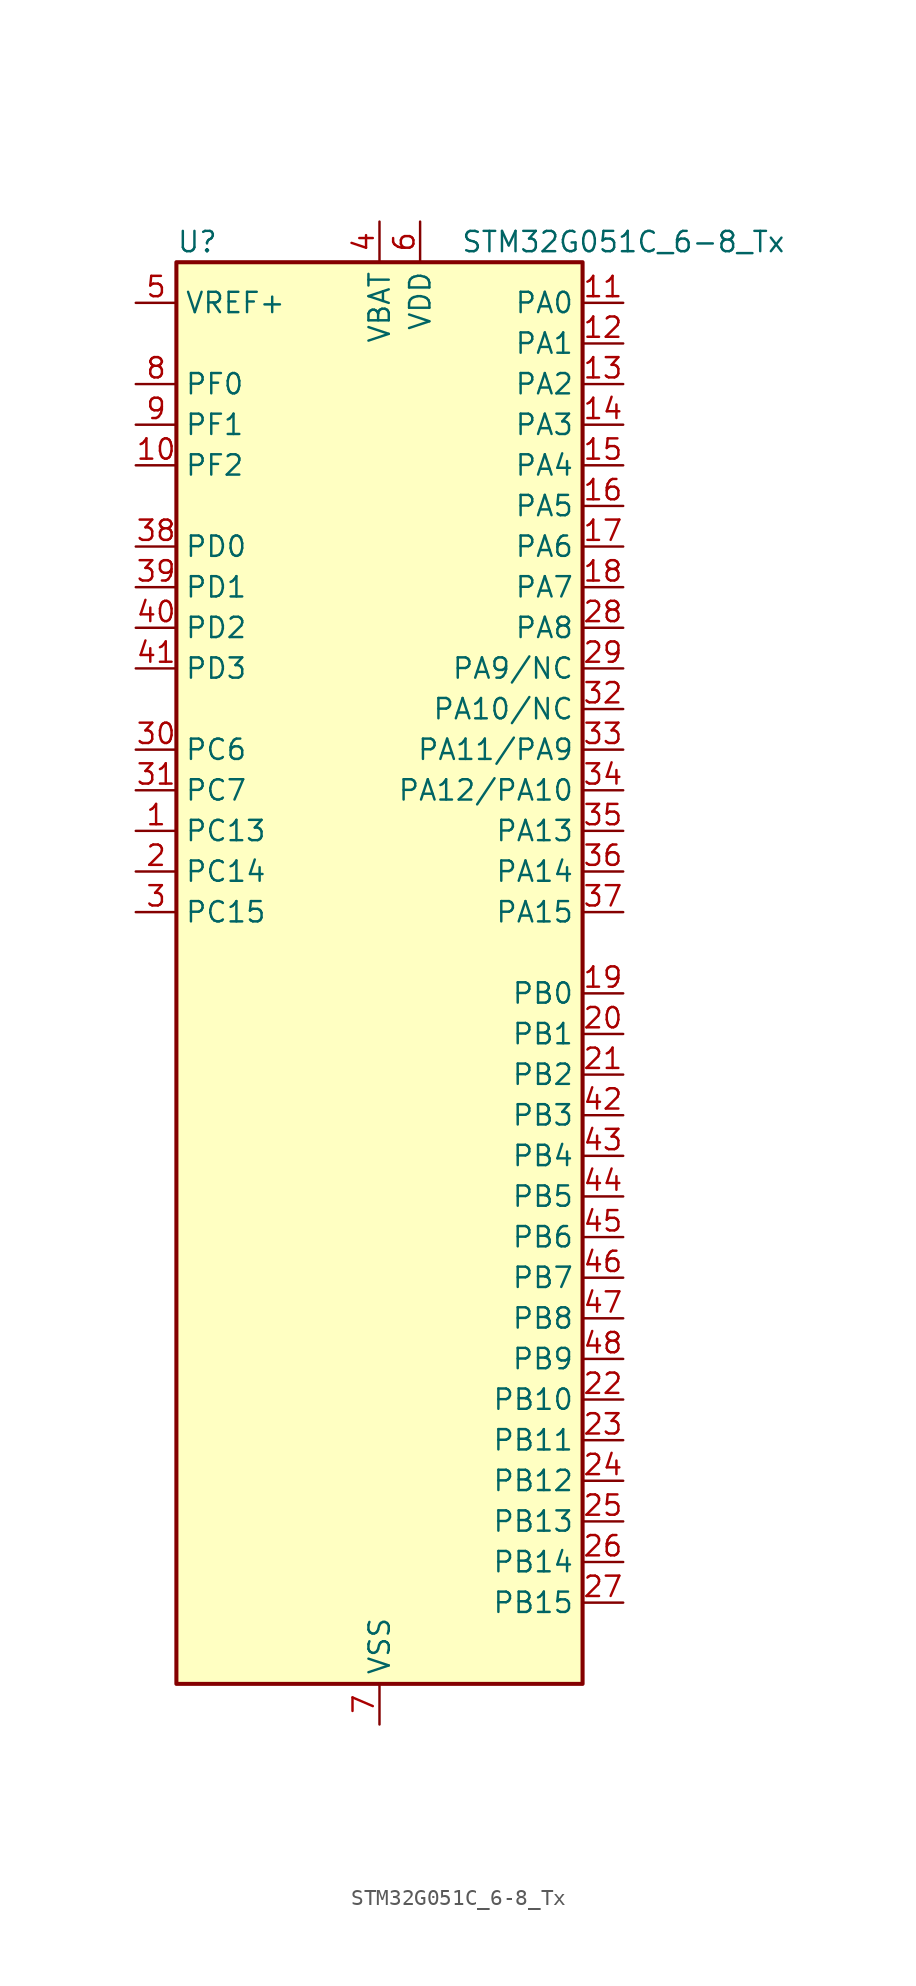
<source format=kicad_sym>
(kicad_symbol_lib
  (version 20231120)
  (generator "kicad_symbol_editor")
  (generator_version "8.0")
  (symbol "STM32G051C_6-8_Tx"
    (property "Reference" "U"
      (at -12.7 46.99 0)
      (effects (font (size 1.27 1.27)) (justify left)))
    (property "Value" "STM32G051C_6-8_Tx"
      (at 5.08 46.99 0)
      (effects (font (size 1.27 1.27)) (justify left)))
    (property "ki_locked" ""
      (at 0 0 0)
      (effects (font (size 1.27 1.27))))
    (symbol "STM32G051C_6-8_Tx_0_1"
      (rectangle (start -12.7 -43.18) (end 12.7 45.72) (stroke (width 0.254) (type default)) (fill (type background))))
    (symbol "STM32G051C_6-8_Tx_1_1"
      (pin bidirectional line (at -15.24 10.16 0) (length 2.54) (name "PC13" (effects (font (size 1.27 1.27)))) (number "1" (effects (font (size 1.27 1.27)))) (alternate "RTC_OUT1" bidirectional line) (alternate "RTC_TAMP_IN1" bidirectional line) (alternate "RTC_TS" bidirectional line) (alternate "SYS_WKUP2" bidirectional line) (alternate "TIM1_BK" bidirectional line))
      (pin bidirectional line (at -15.24 33.02 0) (length 2.54) (name "PF2" (effects (font (size 1.27 1.27)))) (number "10" (effects (font (size 1.27 1.27)))) (alternate "RCC_MCO" bidirectional line))
      (pin bidirectional line (at 15.24 43.18 180) (length 2.54) (name "PA0" (effects (font (size 1.27 1.27)))) (number "11" (effects (font (size 1.27 1.27)))) (alternate "ADC1_IN0" bidirectional line) (alternate "COMP1_INM" bidirectional line) (alternate "COMP1_OUT" bidirectional line) (alternate "LPTIM1_OUT" bidirectional line) (alternate "RTC_TAMP_IN2" bidirectional line) (alternate "SPI2_SCK" bidirectional line) (alternate "SYS_WKUP1" bidirectional line) (alternate "TIM2_CH1" bidirectional line) (alternate "TIM2_ETR" bidirectional line) (alternate "USART2_CTS" bidirectional line) (alternate "USART2_NSS" bidirectional line))
      (pin bidirectional line (at 15.24 40.64 180) (length 2.54) (name "PA1" (effects (font (size 1.27 1.27)))) (number "12" (effects (font (size 1.27 1.27)))) (alternate "ADC1_IN1" bidirectional line) (alternate "COMP1_INP" bidirectional line) (alternate "I2C1_SMBA" bidirectional line) (alternate "I2S1_CK" bidirectional line) (alternate "SPI1_SCK" bidirectional line) (alternate "TIM15_CH1N" bidirectional line) (alternate "TIM2_CH2" bidirectional line) (alternate "USART2_CK" bidirectional line) (alternate "USART2_DE" bidirectional line) (alternate "USART2_RTS" bidirectional line))
      (pin bidirectional line (at 15.24 38.1 180) (length 2.54) (name "PA2" (effects (font (size 1.27 1.27)))) (number "13" (effects (font (size 1.27 1.27)))) (alternate "ADC1_IN2" bidirectional line) (alternate "COMP2_INM" bidirectional line) (alternate "COMP2_OUT" bidirectional line) (alternate "I2S1_SD" bidirectional line) (alternate "LPUART1_TX" bidirectional line) (alternate "RCC_LSCO" bidirectional line) (alternate "SPI1_MOSI" bidirectional line) (alternate "SYS_WKUP4" bidirectional line) (alternate "TIM15_CH1" bidirectional line) (alternate "TIM2_CH3" bidirectional line) (alternate "USART2_TX" bidirectional line))
      (pin bidirectional line (at 15.24 35.56 180) (length 2.54) (name "PA3" (effects (font (size 1.27 1.27)))) (number "14" (effects (font (size 1.27 1.27)))) (alternate "ADC1_IN3" bidirectional line) (alternate "COMP2_INP" bidirectional line) (alternate "LPUART1_RX" bidirectional line) (alternate "SPI2_MISO" bidirectional line) (alternate "TIM15_CH2" bidirectional line) (alternate "TIM2_CH4" bidirectional line) (alternate "USART2_RX" bidirectional line))
      (pin bidirectional line (at 15.24 33.02 180) (length 2.54) (name "PA4" (effects (font (size 1.27 1.27)))) (number "15" (effects (font (size 1.27 1.27)))) (alternate "ADC1_IN4" bidirectional line) (alternate "DAC1_OUT1" bidirectional line) (alternate "I2S1_WS" bidirectional line) (alternate "LPTIM2_OUT" bidirectional line) (alternate "RTC_OUT2" bidirectional line) (alternate "SPI1_NSS" bidirectional line) (alternate "SPI2_MOSI" bidirectional line) (alternate "TIM14_CH1" bidirectional line))
      (pin bidirectional line (at 15.24 30.48 180) (length 2.54) (name "PA5" (effects (font (size 1.27 1.27)))) (number "16" (effects (font (size 1.27 1.27)))) (alternate "ADC1_IN5" bidirectional line) (alternate "DAC1_OUT2" bidirectional line) (alternate "I2S1_CK" bidirectional line) (alternate "LPTIM2_ETR" bidirectional line) (alternate "SPI1_SCK" bidirectional line) (alternate "TIM2_CH1" bidirectional line) (alternate "TIM2_ETR" bidirectional line))
      (pin bidirectional line (at 15.24 27.94 180) (length 2.54) (name "PA6" (effects (font (size 1.27 1.27)))) (number "17" (effects (font (size 1.27 1.27)))) (alternate "ADC1_IN6" bidirectional line) (alternate "COMP1_OUT" bidirectional line) (alternate "I2S1_MCK" bidirectional line) (alternate "LPUART1_CTS" bidirectional line) (alternate "SPI1_MISO" bidirectional line) (alternate "TIM16_CH1" bidirectional line) (alternate "TIM1_BK" bidirectional line) (alternate "TIM3_CH1" bidirectional line))
      (pin bidirectional line (at 15.24 25.4 180) (length 2.54) (name "PA7" (effects (font (size 1.27 1.27)))) (number "18" (effects (font (size 1.27 1.27)))) (alternate "ADC1_IN7" bidirectional line) (alternate "COMP2_OUT" bidirectional line) (alternate "I2S1_SD" bidirectional line) (alternate "SPI1_MOSI" bidirectional line) (alternate "TIM14_CH1" bidirectional line) (alternate "TIM17_CH1" bidirectional line) (alternate "TIM1_CH1N" bidirectional line) (alternate "TIM3_CH2" bidirectional line))
      (pin bidirectional line (at 15.24 0 180) (length 2.54) (name "PB0" (effects (font (size 1.27 1.27)))) (number "19" (effects (font (size 1.27 1.27)))) (alternate "ADC1_IN8" bidirectional line) (alternate "COMP1_OUT" bidirectional line) (alternate "I2S1_WS" bidirectional line) (alternate "LPTIM1_OUT" bidirectional line) (alternate "SPI1_NSS" bidirectional line) (alternate "TIM1_CH2N" bidirectional line) (alternate "TIM3_CH3" bidirectional line))
      (pin bidirectional line (at -15.24 7.62 0) (length 2.54) (name "PC14" (effects (font (size 1.27 1.27)))) (number "2" (effects (font (size 1.27 1.27)))) (alternate "RCC_OSC32_IN" bidirectional line) (alternate "TIM1_BK2" bidirectional line))
      (pin bidirectional line (at 15.24 -2.54 180) (length 2.54) (name "PB1" (effects (font (size 1.27 1.27)))) (number "20" (effects (font (size 1.27 1.27)))) (alternate "ADC1_IN9" bidirectional line) (alternate "COMP1_INM" bidirectional line) (alternate "LPTIM2_IN1" bidirectional line) (alternate "LPUART1_DE" bidirectional line) (alternate "LPUART1_RTS" bidirectional line) (alternate "TIM14_CH1" bidirectional line) (alternate "TIM1_CH3N" bidirectional line) (alternate "TIM3_CH4" bidirectional line))
      (pin bidirectional line (at 15.24 -5.08 180) (length 2.54) (name "PB2" (effects (font (size 1.27 1.27)))) (number "21" (effects (font (size 1.27 1.27)))) (alternate "ADC1_IN10" bidirectional line) (alternate "COMP1_INP" bidirectional line) (alternate "LPTIM1_OUT" bidirectional line) (alternate "SPI2_MISO" bidirectional line))
      (pin bidirectional line (at 15.24 -25.4 180) (length 2.54) (name "PB10" (effects (font (size 1.27 1.27)))) (number "22" (effects (font (size 1.27 1.27)))) (alternate "ADC1_IN11" bidirectional line) (alternate "COMP1_OUT" bidirectional line) (alternate "I2C2_SCL" bidirectional line) (alternate "LPUART1_RX" bidirectional line) (alternate "SPI2_SCK" bidirectional line) (alternate "TIM2_CH3" bidirectional line))
      (pin bidirectional line (at 15.24 -27.94 180) (length 2.54) (name "PB11" (effects (font (size 1.27 1.27)))) (number "23" (effects (font (size 1.27 1.27)))) (alternate "ADC1_EXTI11" bidirectional line) (alternate "ADC1_IN15" bidirectional line) (alternate "COMP2_OUT" bidirectional line) (alternate "I2C2_SDA" bidirectional line) (alternate "LPUART1_TX" bidirectional line) (alternate "SPI2_MOSI" bidirectional line) (alternate "TIM2_CH4" bidirectional line))
      (pin bidirectional line (at 15.24 -30.48 180) (length 2.54) (name "PB12" (effects (font (size 1.27 1.27)))) (number "24" (effects (font (size 1.27 1.27)))) (alternate "ADC1_IN16" bidirectional line) (alternate "LPUART1_DE" bidirectional line) (alternate "LPUART1_RTS" bidirectional line) (alternate "SPI2_NSS" bidirectional line) (alternate "TIM15_BK" bidirectional line) (alternate "TIM1_BK" bidirectional line))
      (pin bidirectional line (at 15.24 -33.02 180) (length 2.54) (name "PB13" (effects (font (size 1.27 1.27)))) (number "25" (effects (font (size 1.27 1.27)))) (alternate "I2C2_SCL" bidirectional line) (alternate "LPUART1_CTS" bidirectional line) (alternate "SPI2_SCK" bidirectional line) (alternate "TIM15_CH1N" bidirectional line) (alternate "TIM1_CH1N" bidirectional line))
      (pin bidirectional line (at 15.24 -35.56 180) (length 2.54) (name "PB14" (effects (font (size 1.27 1.27)))) (number "26" (effects (font (size 1.27 1.27)))) (alternate "I2C2_SDA" bidirectional line) (alternate "SPI2_MISO" bidirectional line) (alternate "TIM15_CH1" bidirectional line) (alternate "TIM1_CH2N" bidirectional line))
      (pin bidirectional line (at 15.24 -38.1 180) (length 2.54) (name "PB15" (effects (font (size 1.27 1.27)))) (number "27" (effects (font (size 1.27 1.27)))) (alternate "RTC_REFIN" bidirectional line) (alternate "SPI2_MOSI" bidirectional line) (alternate "TIM15_CH1N" bidirectional line) (alternate "TIM15_CH2" bidirectional line) (alternate "TIM1_CH3N" bidirectional line))
      (pin bidirectional line (at 15.24 22.86 180) (length 2.54) (name "PA8" (effects (font (size 1.27 1.27)))) (number "28" (effects (font (size 1.27 1.27)))) (alternate "LPTIM2_OUT" bidirectional line) (alternate "RCC_MCO" bidirectional line) (alternate "SPI2_NSS" bidirectional line) (alternate "TIM1_CH1" bidirectional line))
      (pin bidirectional line (at 15.24 20.32 180) (length 2.54) (name "PA9/NC" (effects (font (size 1.27 1.27)))) (number "29" (effects (font (size 1.27 1.27)))) (alternate "DAC1_EXTI9" bidirectional line) (alternate "I2C1_SCL" bidirectional line) (alternate "RCC_MCO" bidirectional line) (alternate "SPI2_MISO" bidirectional line) (alternate "TIM15_BK" bidirectional line) (alternate "TIM1_CH2" bidirectional line) (alternate "USART1_TX" bidirectional line))
      (pin bidirectional line (at -15.24 5.08 0) (length 2.54) (name "PC15" (effects (font (size 1.27 1.27)))) (number "3" (effects (font (size 1.27 1.27)))) (alternate "RCC_OSC32_EN" bidirectional line) (alternate "RCC_OSC32_OUT" bidirectional line) (alternate "RCC_OSC_EN" bidirectional line) (alternate "TIM15_BK" bidirectional line))
      (pin bidirectional line (at -15.24 15.24 0) (length 2.54) (name "PC6" (effects (font (size 1.27 1.27)))) (number "30" (effects (font (size 1.27 1.27)))) (alternate "TIM2_CH3" bidirectional line) (alternate "TIM3_CH1" bidirectional line))
      (pin bidirectional line (at -15.24 12.7 0) (length 2.54) (name "PC7" (effects (font (size 1.27 1.27)))) (number "31" (effects (font (size 1.27 1.27)))) (alternate "TIM2_CH4" bidirectional line) (alternate "TIM3_CH2" bidirectional line))
      (pin bidirectional line (at 15.24 17.78 180) (length 2.54) (name "PA10/NC" (effects (font (size 1.27 1.27)))) (number "32" (effects (font (size 1.27 1.27)))) (alternate "I2C1_SDA" bidirectional line) (alternate "SPI2_MOSI" bidirectional line) (alternate "TIM17_BK" bidirectional line) (alternate "TIM1_CH3" bidirectional line) (alternate "USART1_RX" bidirectional line))
      (pin bidirectional line (at 15.24 15.24 180) (length 2.54) (name "PA11/PA9" (effects (font (size 1.27 1.27)))) (number "33" (effects (font (size 1.27 1.27)))) (alternate "ADC1_EXTI11" bidirectional line) (alternate "COMP1_OUT" bidirectional line) (alternate "I2C2_SCL" bidirectional line) (alternate "I2S1_MCK" bidirectional line) (alternate "SPI1_MISO" bidirectional line) (alternate "TIM1_BK2" bidirectional line) (alternate "TIM1_CH4" bidirectional line) (alternate "USART1_CTS" bidirectional line) (alternate "USART1_NSS" bidirectional line))
      (pin bidirectional line (at 15.24 12.7 180) (length 2.54) (name "PA12/PA10" (effects (font (size 1.27 1.27)))) (number "34" (effects (font (size 1.27 1.27)))) (alternate "COMP2_OUT" bidirectional line) (alternate "I2C2_SDA" bidirectional line) (alternate "I2S1_SD" bidirectional line) (alternate "I2S_CKIN" bidirectional line) (alternate "SPI1_MOSI" bidirectional line) (alternate "TIM1_ETR" bidirectional line) (alternate "USART1_CK" bidirectional line) (alternate "USART1_DE" bidirectional line) (alternate "USART1_RTS" bidirectional line))
      (pin bidirectional line (at 15.24 10.16 180) (length 2.54) (name "PA13" (effects (font (size 1.27 1.27)))) (number "35" (effects (font (size 1.27 1.27)))) (alternate "ADC1_IN17" bidirectional line) (alternate "IR_OUT" bidirectional line) (alternate "SYS_SWDIO" bidirectional line))
      (pin bidirectional line (at 15.24 7.62 180) (length 2.54) (name "PA14" (effects (font (size 1.27 1.27)))) (number "36" (effects (font (size 1.27 1.27)))) (alternate "ADC1_IN18" bidirectional line) (alternate "SYS_SWCLK" bidirectional line) (alternate "USART2_TX" bidirectional line))
      (pin bidirectional line (at 15.24 5.08 180) (length 2.54) (name "PA15" (effects (font (size 1.27 1.27)))) (number "37" (effects (font (size 1.27 1.27)))) (alternate "I2S1_WS" bidirectional line) (alternate "SPI1_NSS" bidirectional line) (alternate "TIM2_CH1" bidirectional line) (alternate "TIM2_ETR" bidirectional line) (alternate "USART2_RX" bidirectional line))
      (pin bidirectional line (at -15.24 27.94 0) (length 2.54) (name "PD0" (effects (font (size 1.27 1.27)))) (number "38" (effects (font (size 1.27 1.27)))) (alternate "SPI2_NSS" bidirectional line) (alternate "TIM16_CH1" bidirectional line))
      (pin bidirectional line (at -15.24 25.4 0) (length 2.54) (name "PD1" (effects (font (size 1.27 1.27)))) (number "39" (effects (font (size 1.27 1.27)))) (alternate "SPI2_SCK" bidirectional line) (alternate "TIM17_CH1" bidirectional line))
      (pin power_in line (at 0 48.26 270) (length 2.54) (name "VBAT" (effects (font (size 1.27 1.27)))) (number "4" (effects (font (size 1.27 1.27)))))
      (pin bidirectional line (at -15.24 22.86 0) (length 2.54) (name "PD2" (effects (font (size 1.27 1.27)))) (number "40" (effects (font (size 1.27 1.27)))) (alternate "TIM1_CH1N" bidirectional line) (alternate "TIM3_ETR" bidirectional line))
      (pin bidirectional line (at -15.24 20.32 0) (length 2.54) (name "PD3" (effects (font (size 1.27 1.27)))) (number "41" (effects (font (size 1.27 1.27)))) (alternate "SPI2_MISO" bidirectional line) (alternate "TIM1_CH2N" bidirectional line) (alternate "USART2_CTS" bidirectional line) (alternate "USART2_NSS" bidirectional line))
      (pin bidirectional line (at 15.24 -7.62 180) (length 2.54) (name "PB3" (effects (font (size 1.27 1.27)))) (number "42" (effects (font (size 1.27 1.27)))) (alternate "COMP2_INM" bidirectional line) (alternate "I2S1_CK" bidirectional line) (alternate "SPI1_SCK" bidirectional line) (alternate "TIM1_CH2" bidirectional line) (alternate "TIM2_CH2" bidirectional line) (alternate "USART1_CK" bidirectional line) (alternate "USART1_DE" bidirectional line) (alternate "USART1_RTS" bidirectional line))
      (pin bidirectional line (at 15.24 -10.16 180) (length 2.54) (name "PB4" (effects (font (size 1.27 1.27)))) (number "43" (effects (font (size 1.27 1.27)))) (alternate "COMP2_INP" bidirectional line) (alternate "I2S1_MCK" bidirectional line) (alternate "SPI1_MISO" bidirectional line) (alternate "TIM17_BK" bidirectional line) (alternate "TIM3_CH1" bidirectional line) (alternate "USART1_CTS" bidirectional line) (alternate "USART1_NSS" bidirectional line))
      (pin bidirectional line (at 15.24 -12.7 180) (length 2.54) (name "PB5" (effects (font (size 1.27 1.27)))) (number "44" (effects (font (size 1.27 1.27)))) (alternate "COMP2_OUT" bidirectional line) (alternate "I2C1_SMBA" bidirectional line) (alternate "I2S1_SD" bidirectional line) (alternate "LPTIM1_IN1" bidirectional line) (alternate "SPI1_MOSI" bidirectional line) (alternate "SYS_WKUP6" bidirectional line) (alternate "TIM16_BK" bidirectional line) (alternate "TIM3_CH2" bidirectional line))
      (pin bidirectional line (at 15.24 -15.24 180) (length 2.54) (name "PB6" (effects (font (size 1.27 1.27)))) (number "45" (effects (font (size 1.27 1.27)))) (alternate "COMP2_INP" bidirectional line) (alternate "I2C1_SCL" bidirectional line) (alternate "LPTIM1_ETR" bidirectional line) (alternate "SPI2_MISO" bidirectional line) (alternate "TIM16_CH1N" bidirectional line) (alternate "TIM1_CH3" bidirectional line) (alternate "USART1_TX" bidirectional line))
      (pin bidirectional line (at 15.24 -17.78 180) (length 2.54) (name "PB7" (effects (font (size 1.27 1.27)))) (number "46" (effects (font (size 1.27 1.27)))) (alternate "COMP2_INM" bidirectional line) (alternate "I2C1_SDA" bidirectional line) (alternate "LPTIM1_IN2" bidirectional line) (alternate "SPI2_MOSI" bidirectional line) (alternate "SYS_PVD_IN" bidirectional line) (alternate "TIM17_CH1N" bidirectional line) (alternate "USART1_RX" bidirectional line))
      (pin bidirectional line (at 15.24 -20.32 180) (length 2.54) (name "PB8" (effects (font (size 1.27 1.27)))) (number "47" (effects (font (size 1.27 1.27)))) (alternate "I2C1_SCL" bidirectional line) (alternate "SPI2_SCK" bidirectional line) (alternate "TIM15_BK" bidirectional line) (alternate "TIM16_CH1" bidirectional line))
      (pin bidirectional line (at 15.24 -22.86 180) (length 2.54) (name "PB9" (effects (font (size 1.27 1.27)))) (number "48" (effects (font (size 1.27 1.27)))) (alternate "DAC1_EXTI9" bidirectional line) (alternate "I2C1_SDA" bidirectional line) (alternate "IR_OUT" bidirectional line) (alternate "SPI2_NSS" bidirectional line) (alternate "TIM17_CH1" bidirectional line))
      (pin input line (at -15.24 43.18 0) (length 2.54) (name "VREF+" (effects (font (size 1.27 1.27)))) (number "5" (effects (font (size 1.27 1.27)))) (alternate "VREFBUF_OUT" bidirectional line))
      (pin power_in line (at 2.54 48.26 270) (length 2.54) (name "VDD" (effects (font (size 1.27 1.27)))) (number "6" (effects (font (size 1.27 1.27)))))
      (pin power_in line (at 0 -45.72 90) (length 2.54) (name "VSS" (effects (font (size 1.27 1.27)))) (number "7" (effects (font (size 1.27 1.27)))))
      (pin bidirectional line (at -15.24 38.1 0) (length 2.54) (name "PF0" (effects (font (size 1.27 1.27)))) (number "8" (effects (font (size 1.27 1.27)))) (alternate "RCC_OSC_IN" bidirectional line) (alternate "TIM14_CH1" bidirectional line))
      (pin bidirectional line (at -15.24 35.56 0) (length 2.54) (name "PF1" (effects (font (size 1.27 1.27)))) (number "9" (effects (font (size 1.27 1.27)))) (alternate "RCC_OSC_EN" bidirectional line) (alternate "RCC_OSC_OUT" bidirectional line) (alternate "TIM15_CH1N" bidirectional line)))))
</source>
